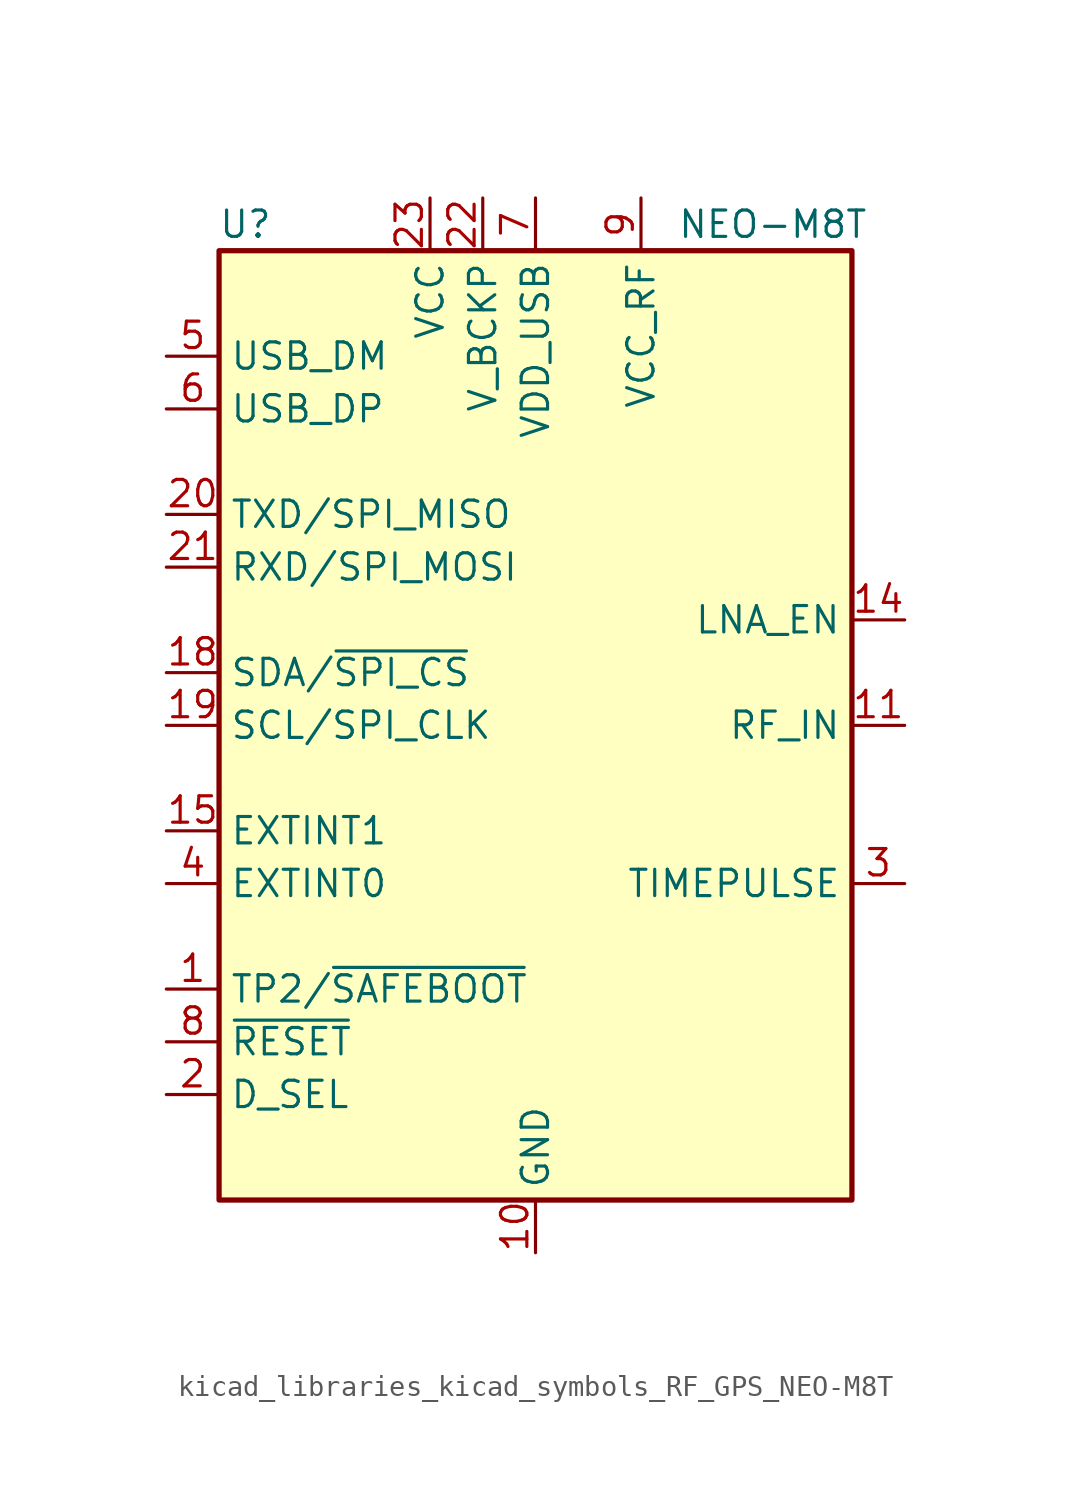
<source format=kicad_sym>
(kicad_symbol_lib
  (version 20220914)
  (generator kicad_symbol_editor)
  (symbol "kicad_libraries_kicad_symbols_RF_GPS_NEO-M8T"
    (property "Reference" "U"
      (at -13.97 24.13 0)
      (effects (font (size 1.27 1.27))))
    (property "Value" "NEO-M8T"
      (at 11.43 24.13 0)
      (effects (font (size 1.27 1.27))))
    (symbol "kicad_libraries_kicad_symbols_RF_GPS_NEO-M8T_0_1"
      (rectangle (start -15.24 22.86) (end 15.24 -22.86) (stroke (width 0.254) (type default)) (fill (type background))))
    (symbol "kicad_libraries_kicad_symbols_RF_GPS_NEO-M8T_1_1"
      (pin bidirectional line (at -17.78 -12.7 0) (length 2.54) (name "TP2/~{SAFEBOOT}" (effects (font (size 1.27 1.27)))) (number "1" (effects (font (size 1.27 1.27)))))
      (pin power_in line (at 0 -25.4 90) (length 2.54) (name "GND" (effects (font (size 1.27 1.27)))) (number "10" (effects (font (size 1.27 1.27)))))
      (pin input line (at 17.78 0 180) (length 2.54) (name "RF_IN" (effects (font (size 1.27 1.27)))) (number "11" (effects (font (size 1.27 1.27)))))
      (pin passive line (at 0 -25.4 90) (length 2.54) hide (name "GND" (effects (font (size 1.27 1.27)))) (number "12" (effects (font (size 1.27 1.27)))))
      (pin passive line (at 0 -25.4 90) (length 2.54) hide (name "GND" (effects (font (size 1.27 1.27)))) (number "13" (effects (font (size 1.27 1.27)))))
      (pin output line (at 17.78 5.08 180) (length 2.54) (name "LNA_EN" (effects (font (size 1.27 1.27)))) (number "14" (effects (font (size 1.27 1.27)))))
      (pin input line (at -17.78 -5.08 0) (length 2.54) (name "EXTINT1" (effects (font (size 1.27 1.27)))) (number "15" (effects (font (size 1.27 1.27)))))
      (pin no_connect line (at 15.24 -10.16 180) (length 2.54) hide (name "RESERVED" (effects (font (size 1.27 1.27)))) (number "16" (effects (font (size 1.27 1.27)))))
      (pin no_connect line (at 15.24 -12.7 180) (length 2.54) hide (name "RESERVED" (effects (font (size 1.27 1.27)))) (number "17" (effects (font (size 1.27 1.27)))))
      (pin bidirectional line (at -17.78 2.54 0) (length 2.54) (name "SDA/~{SPI_CS}" (effects (font (size 1.27 1.27)))) (number "18" (effects (font (size 1.27 1.27)))))
      (pin input line (at -17.78 0 0) (length 2.54) (name "SCL/SPI_CLK" (effects (font (size 1.27 1.27)))) (number "19" (effects (font (size 1.27 1.27)))))
      (pin input line (at -17.78 -17.78 0) (length 2.54) (name "D_SEL" (effects (font (size 1.27 1.27)))) (number "2" (effects (font (size 1.27 1.27)))))
      (pin output line (at -17.78 10.16 0) (length 2.54) (name "TXD/SPI_MISO" (effects (font (size 1.27 1.27)))) (number "20" (effects (font (size 1.27 1.27)))))
      (pin input line (at -17.78 7.62 0) (length 2.54) (name "RXD/SPI_MOSI" (effects (font (size 1.27 1.27)))) (number "21" (effects (font (size 1.27 1.27)))))
      (pin power_in line (at -2.54 25.4 270) (length 2.54) (name "V_BCKP" (effects (font (size 1.27 1.27)))) (number "22" (effects (font (size 1.27 1.27)))))
      (pin power_in line (at -5.08 25.4 270) (length 2.54) (name "VCC" (effects (font (size 1.27 1.27)))) (number "23" (effects (font (size 1.27 1.27)))))
      (pin passive line (at 0 -25.4 90) (length 2.54) hide (name "GND" (effects (font (size 1.27 1.27)))) (number "24" (effects (font (size 1.27 1.27)))))
      (pin output line (at 17.78 -7.62 180) (length 2.54) (name "TIMEPULSE" (effects (font (size 1.27 1.27)))) (number "3" (effects (font (size 1.27 1.27)))))
      (pin input line (at -17.78 -7.62 0) (length 2.54) (name "EXTINT0" (effects (font (size 1.27 1.27)))) (number "4" (effects (font (size 1.27 1.27)))))
      (pin bidirectional line (at -17.78 17.78 0) (length 2.54) (name "USB_DM" (effects (font (size 1.27 1.27)))) (number "5" (effects (font (size 1.27 1.27)))))
      (pin bidirectional line (at -17.78 15.24 0) (length 2.54) (name "USB_DP" (effects (font (size 1.27 1.27)))) (number "6" (effects (font (size 1.27 1.27)))))
      (pin power_in line (at 0 25.4 270) (length 2.54) (name "VDD_USB" (effects (font (size 1.27 1.27)))) (number "7" (effects (font (size 1.27 1.27)))))
      (pin input line (at -17.78 -15.24 0) (length 2.54) (name "~{RESET}" (effects (font (size 1.27 1.27)))) (number "8" (effects (font (size 1.27 1.27)))))
      (pin power_out line (at 5.08 25.4 270) (length 2.54) (name "VCC_RF" (effects (font (size 1.27 1.27)))) (number "9" (effects (font (size 1.27 1.27))))))))
</source>
